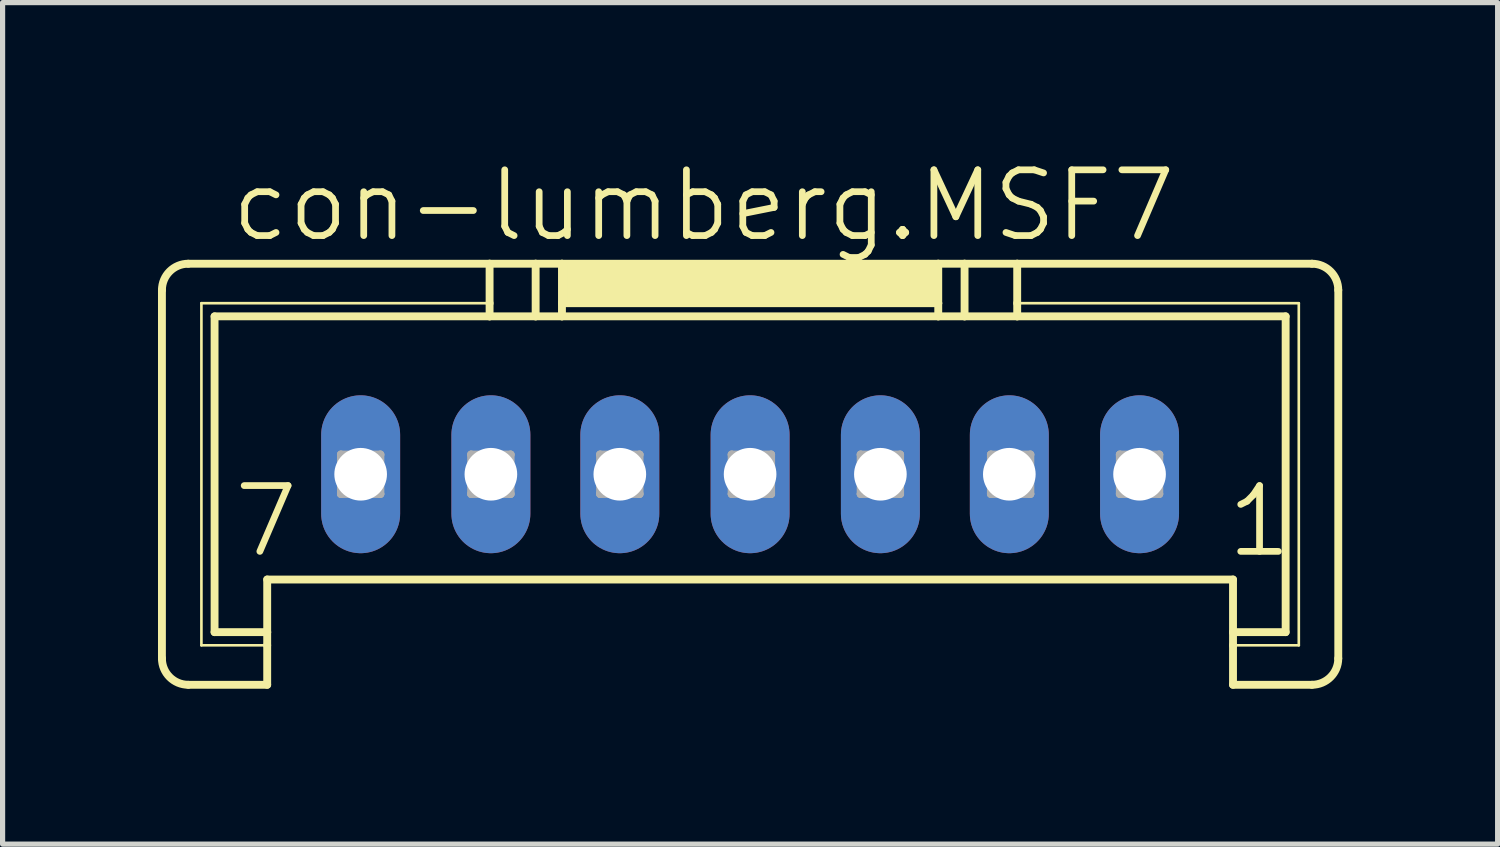
<source format=kicad_pcb>
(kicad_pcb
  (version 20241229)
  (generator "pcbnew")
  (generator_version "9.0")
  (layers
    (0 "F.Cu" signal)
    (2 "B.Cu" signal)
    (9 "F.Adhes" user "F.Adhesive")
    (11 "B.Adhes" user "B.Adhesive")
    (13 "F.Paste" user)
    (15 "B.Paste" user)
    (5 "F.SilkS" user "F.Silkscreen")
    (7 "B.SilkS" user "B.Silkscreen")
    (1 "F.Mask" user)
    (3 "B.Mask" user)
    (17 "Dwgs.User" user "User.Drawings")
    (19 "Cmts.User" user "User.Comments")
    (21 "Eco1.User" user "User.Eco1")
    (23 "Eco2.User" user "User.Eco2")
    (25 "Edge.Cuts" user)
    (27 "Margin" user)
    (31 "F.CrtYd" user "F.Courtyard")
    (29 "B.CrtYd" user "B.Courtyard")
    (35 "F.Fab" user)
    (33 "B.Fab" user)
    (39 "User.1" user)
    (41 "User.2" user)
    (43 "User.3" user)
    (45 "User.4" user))
  (footprint "con-lumberg.MSF7"
    (layer "F.Cu")
    (at 11.43 3.565)
    (property "Reference" "con-lumberg.MSF7" (at -10.084 -1.905 0) (layer "F.SilkS") (effects (font (size 1.27 1.27) (thickness 0.13)) (justify left bottom)))
    (attr through_hole)
    (fp_line (start -11.354 6.096) (end -11.354 -1.016) (stroke (width 0.152) (type default)) (layer "F.SilkS"))
    (fp_line (start -10.846 -1.524) (end -5.029 -1.524) (stroke (width 0.152) (type default)) (layer "F.SilkS"))
    (fp_line (start -10.592 -0.762) (end -5.029 -0.762) (stroke (width 0.051) (type default)) (layer "F.SilkS"))
    (fp_line (start -10.592 5.842) (end -10.592 -0.762) (stroke (width 0.051) (type default)) (layer "F.SilkS"))
    (fp_line (start -10.338 -0.508) (end -5.029 -0.508) (stroke (width 0.152) (type default)) (layer "F.SilkS"))
    (fp_line (start -10.338 5.588) (end -10.338 -0.508) (stroke (width 0.152) (type default)) (layer "F.SilkS"))
    (fp_line (start -9.322 5.588) (end -10.338 5.588) (stroke (width 0.152) (type default)) (layer "F.SilkS"))
    (fp_line (start -9.322 5.588) (end -9.322 4.572) (stroke (width 0.152) (type default)) (layer "F.SilkS"))
    (fp_line (start -9.322 5.588) (end -9.322 5.842) (stroke (width 0.152) (type default)) (layer "F.SilkS"))
    (fp_line (start -9.322 5.842) (end -10.592 5.842) (stroke (width 0.051) (type default)) (layer "F.SilkS"))
    (fp_line (start -9.322 5.842) (end -9.322 6.604) (stroke (width 0.152) (type default)) (layer "F.SilkS"))
    (fp_line (start -9.322 6.604) (end -10.846 6.604) (stroke (width 0.152) (type default)) (layer "F.SilkS"))
    (fp_line (start -5.029 -1.524) (end -5.029 -0.762) (stroke (width 0.152) (type default)) (layer "F.SilkS"))
    (fp_line (start -5.029 -1.524) (end -4.14 -1.524) (stroke (width 0.152) (type default)) (layer "F.SilkS"))
    (fp_line (start -5.029 -0.762) (end -5.029 -0.508) (stroke (width 0.152) (type default)) (layer "F.SilkS"))
    (fp_line (start -5.029 -0.508) (end -4.14 -0.508) (stroke (width 0.152) (type default)) (layer "F.SilkS"))
    (fp_line (start -4.14 -1.524) (end -4.14 -0.508) (stroke (width 0.152) (type default)) (layer "F.SilkS"))
    (fp_line (start -4.14 -1.524) (end -3.632 -1.524) (stroke (width 0.152) (type default)) (layer "F.SilkS"))
    (fp_line (start -4.14 -0.508) (end -3.632 -0.508) (stroke (width 0.152) (type default)) (layer "F.SilkS"))
    (fp_line (start -3.632 -1.524) (end -3.632 -0.762) (stroke (width 0.152) (type default)) (layer "F.SilkS"))
    (fp_line (start -3.632 -1.524) (end 3.632 -1.524) (stroke (width 0.152) (type default)) (layer "F.SilkS"))
    (fp_line (start -3.632 -0.762) (end -3.632 -0.508) (stroke (width 0.152) (type default)) (layer "F.SilkS"))
    (fp_line (start -3.632 -0.762) (end 3.632 -0.762) (stroke (width 0.152) (type default)) (layer "F.SilkS"))
    (fp_line (start -3.632 -0.508) (end 3.632 -0.508) (stroke (width 0.152) (type default)) (layer "F.SilkS"))
    (fp_line (start 3.632 -1.524) (end 3.632 -0.762) (stroke (width 0.152) (type default)) (layer "F.SilkS"))
    (fp_line (start 3.632 -1.524) (end 4.14 -1.524) (stroke (width 0.152) (type default)) (layer "F.SilkS"))
    (fp_line (start 3.632 -0.762) (end 3.632 -0.508) (stroke (width 0.152) (type default)) (layer "F.SilkS"))
    (fp_line (start 3.632 -0.508) (end 4.14 -0.508) (stroke (width 0.152) (type default)) (layer "F.SilkS"))
    (fp_line (start 4.14 -1.524) (end 4.14 -0.508) (stroke (width 0.152) (type default)) (layer "F.SilkS"))
    (fp_line (start 4.14 -1.524) (end 5.156 -1.524) (stroke (width 0.152) (type default)) (layer "F.SilkS"))
    (fp_line (start 4.14 -0.508) (end 5.156 -0.508) (stroke (width 0.152) (type default)) (layer "F.SilkS"))
    (fp_line (start 5.156 -1.524) (end 5.156 -0.762) (stroke (width 0.152) (type default)) (layer "F.SilkS"))
    (fp_line (start 5.156 -1.524) (end 10.846 -1.524) (stroke (width 0.152) (type default)) (layer "F.SilkS"))
    (fp_line (start 5.156 -0.762) (end 5.156 -0.508) (stroke (width 0.152) (type default)) (layer "F.SilkS"))
    (fp_line (start 5.156 -0.762) (end 10.592 -0.762) (stroke (width 0.051) (type default)) (layer "F.SilkS"))
    (fp_line (start 5.156 -0.508) (end 10.338 -0.508) (stroke (width 0.152) (type default)) (layer "F.SilkS"))
    (fp_line (start 9.322 4.572) (end -9.322 4.572) (stroke (width 0.152) (type default)) (layer "F.SilkS"))
    (fp_line (start 9.322 5.588) (end 9.322 4.572) (stroke (width 0.152) (type default)) (layer "F.SilkS"))
    (fp_line (start 9.322 5.842) (end 9.322 5.588) (stroke (width 0.152) (type default)) (layer "F.SilkS"))
    (fp_line (start 9.322 6.604) (end 9.322 5.842) (stroke (width 0.152) (type default)) (layer "F.SilkS"))
    (fp_line (start 10.338 -0.508) (end 10.338 5.588) (stroke (width 0.152) (type default)) (layer "F.SilkS"))
    (fp_line (start 10.338 5.588) (end 9.322 5.588) (stroke (width 0.152) (type default)) (layer "F.SilkS"))
    (fp_line (start 10.592 -0.762) (end 10.592 5.842) (stroke (width 0.051) (type default)) (layer "F.SilkS"))
    (fp_line (start 10.592 5.842) (end 9.322 5.842) (stroke (width 0.051) (type default)) (layer "F.SilkS"))
    (fp_line (start 10.846 6.604) (end 9.322 6.604) (stroke (width 0.152) (type default)) (layer "F.SilkS"))
    (fp_line (start 11.354 -1.016) (end 11.354 6.096) (stroke (width 0.152) (type default)) (layer "F.SilkS"))
    (fp_rect (start -3.556 -0.762) (end 3.556 -1.524) (stroke (width 0.05) (type default)) (fill yes) (layer "F.SilkS"))
    (fp_arc (start -11.3538 -1.016) (mid -11.20501 -1.37521) (end -10.8458 -1.524) (stroke (width 0.1524) (type default)) (layer "F.SilkS"))
    (fp_arc (start -10.8458 6.604) (mid -11.20501 6.45521) (end -11.3538 6.096) (stroke (width 0.1524) (type default)) (layer "F.SilkS"))
    (fp_arc (start 10.8458 -1.524) (mid 11.20501 -1.37521) (end 11.3538 -1.016) (stroke (width 0.1524) (type default)) (layer "F.SilkS"))
    (fp_arc (start 11.3538 6.096) (mid 11.20501 6.45521) (end 10.8458 6.604) (stroke (width 0.1524) (type default)) (layer "F.SilkS"))
    (fp_line (start -7.899 2.159) (end -7.899 2.921) (stroke (width 0.152) (type default)) (layer "F.Fab"))
    (fp_line (start -7.899 2.159) (end -7.137 2.921) (stroke (width 0.152) (type default)) (layer "F.Fab"))
    (fp_line (start -7.899 2.921) (end -7.137 2.921) (stroke (width 0.152) (type default)) (layer "F.Fab"))
    (fp_line (start -7.137 2.159) (end -7.899 2.159) (stroke (width 0.152) (type default)) (layer "F.Fab"))
    (fp_line (start -7.137 2.159) (end -7.899 2.921) (stroke (width 0.152) (type default)) (layer "F.Fab"))
    (fp_line (start -7.137 2.921) (end -7.137 2.159) (stroke (width 0.152) (type default)) (layer "F.Fab"))
    (fp_line (start -5.385 2.159) (end -5.385 2.921) (stroke (width 0.152) (type default)) (layer "F.Fab"))
    (fp_line (start -5.385 2.159) (end -4.623 2.921) (stroke (width 0.152) (type default)) (layer "F.Fab"))
    (fp_line (start -5.385 2.921) (end -4.623 2.921) (stroke (width 0.152) (type default)) (layer "F.Fab"))
    (fp_line (start -4.623 2.159) (end -5.385 2.159) (stroke (width 0.152) (type default)) (layer "F.Fab"))
    (fp_line (start -4.623 2.159) (end -5.385 2.921) (stroke (width 0.152) (type default)) (layer "F.Fab"))
    (fp_line (start -4.623 2.921) (end -4.623 2.159) (stroke (width 0.152) (type default)) (layer "F.Fab"))
    (fp_line (start -2.896 2.159) (end -2.896 2.921) (stroke (width 0.152) (type default)) (layer "F.Fab"))
    (fp_line (start -2.896 2.159) (end -2.134 2.921) (stroke (width 0.152) (type default)) (layer "F.Fab"))
    (fp_line (start -2.896 2.921) (end -2.134 2.921) (stroke (width 0.152) (type default)) (layer "F.Fab"))
    (fp_line (start -2.134 2.159) (end -2.896 2.159) (stroke (width 0.152) (type default)) (layer "F.Fab"))
    (fp_line (start -2.134 2.159) (end -2.896 2.921) (stroke (width 0.152) (type default)) (layer "F.Fab"))
    (fp_line (start -2.134 2.921) (end -2.134 2.159) (stroke (width 0.152) (type default)) (layer "F.Fab"))
    (fp_line (start -0.356 2.159) (end -0.356 2.921) (stroke (width 0.152) (type default)) (layer "F.Fab"))
    (fp_line (start -0.356 2.159) (end 0.406 2.921) (stroke (width 0.152) (type default)) (layer "F.Fab"))
    (fp_line (start -0.356 2.921) (end 0.406 2.921) (stroke (width 0.152) (type default)) (layer "F.Fab"))
    (fp_line (start 0.406 2.159) (end -0.356 2.159) (stroke (width 0.152) (type default)) (layer "F.Fab"))
    (fp_line (start 0.406 2.159) (end -0.356 2.921) (stroke (width 0.152) (type default)) (layer "F.Fab"))
    (fp_line (start 0.406 2.921) (end 0.406 2.159) (stroke (width 0.152) (type default)) (layer "F.Fab"))
    (fp_line (start 2.134 2.159) (end 2.134 2.921) (stroke (width 0.152) (type default)) (layer "F.Fab"))
    (fp_line (start 2.134 2.159) (end 2.896 2.921) (stroke (width 0.152) (type default)) (layer "F.Fab"))
    (fp_line (start 2.134 2.921) (end 2.896 2.921) (stroke (width 0.152) (type default)) (layer "F.Fab"))
    (fp_line (start 2.896 2.159) (end 2.134 2.159) (stroke (width 0.152) (type default)) (layer "F.Fab"))
    (fp_line (start 2.896 2.159) (end 2.134 2.921) (stroke (width 0.152) (type default)) (layer "F.Fab"))
    (fp_line (start 2.896 2.921) (end 2.896 2.159) (stroke (width 0.152) (type default)) (layer "F.Fab"))
    (fp_line (start 4.648 2.159) (end 4.648 2.921) (stroke (width 0.152) (type default)) (layer "F.Fab"))
    (fp_line (start 4.648 2.159) (end 5.41 2.921) (stroke (width 0.152) (type default)) (layer "F.Fab"))
    (fp_line (start 4.648 2.921) (end 5.41 2.921) (stroke (width 0.152) (type default)) (layer "F.Fab"))
    (fp_line (start 5.41 2.159) (end 4.648 2.159) (stroke (width 0.152) (type default)) (layer "F.Fab"))
    (fp_line (start 5.41 2.159) (end 4.648 2.921) (stroke (width 0.152) (type default)) (layer "F.Fab"))
    (fp_line (start 5.41 2.921) (end 5.41 2.159) (stroke (width 0.152) (type default)) (layer "F.Fab"))
    (fp_line (start 7.137 2.159) (end 7.137 2.921) (stroke (width 0.152) (type default)) (layer "F.Fab"))
    (fp_line (start 7.137 2.159) (end 7.899 2.921) (stroke (width 0.152) (type default)) (layer "F.Fab"))
    (fp_line (start 7.137 2.921) (end 7.899 2.921) (stroke (width 0.152) (type default)) (layer "F.Fab"))
    (fp_line (start 7.899 2.159) (end 7.137 2.159) (stroke (width 0.152) (type default)) (layer "F.Fab"))
    (fp_line (start 7.899 2.159) (end 7.137 2.921) (stroke (width 0.152) (type default)) (layer "F.Fab"))
    (fp_line (start 7.899 2.921) (end 7.899 2.159) (stroke (width 0.152) (type default)) (layer "F.Fab"))
    (fp_text user "1" (at 9.144 4.191 0) (layer "F.SilkS") (effects (font (size 1.27 1.27) (thickness 0.13)) (justify left bottom)))
    (fp_text user "7" (at -10.033 4.191 0) (layer "F.SilkS") (effects (font (size 1.27 1.27) (thickness 0.13)) (justify left bottom)))
    (pad "1" thru_hole oval (at 7.518 2.54 90) (size 3.048 1.524) (drill 1.016) (layers "*.Cu" "*.Mask"))
    (pad "2" thru_hole oval (at 5.004 2.54 90) (size 3.048 1.524) (drill 1.016) (layers "*.Cu" "*.Mask"))
    (pad "3" thru_hole oval (at 2.515 2.54 90) (size 3.048 1.524) (drill 1.016) (layers "*.Cu" "*.Mask"))
    (pad "4" thru_hole oval (at 0 2.54 90) (size 3.048 1.524) (drill 1.016) (layers "*.Cu" "*.Mask"))
    (pad "5" thru_hole oval (at -2.515 2.54 90) (size 3.048 1.524) (drill 1.016) (layers "*.Cu" "*.Mask"))
    (pad "6" thru_hole oval (at -5.004 2.54 90) (size 3.048 1.524) (drill 1.016) (layers "*.Cu" "*.Mask"))
    (pad "7" thru_hole oval (at -7.518 2.54 90) (size 3.048 1.524) (drill 1.016) (layers "*.Cu" "*.Mask")))
  (gr_rect
    (start -3 -3)
    (end 25.86 13.245)
    (stroke (width 0.1) (type default))
    (fill no)
    (layer "Edge.Cuts")))
</source>
